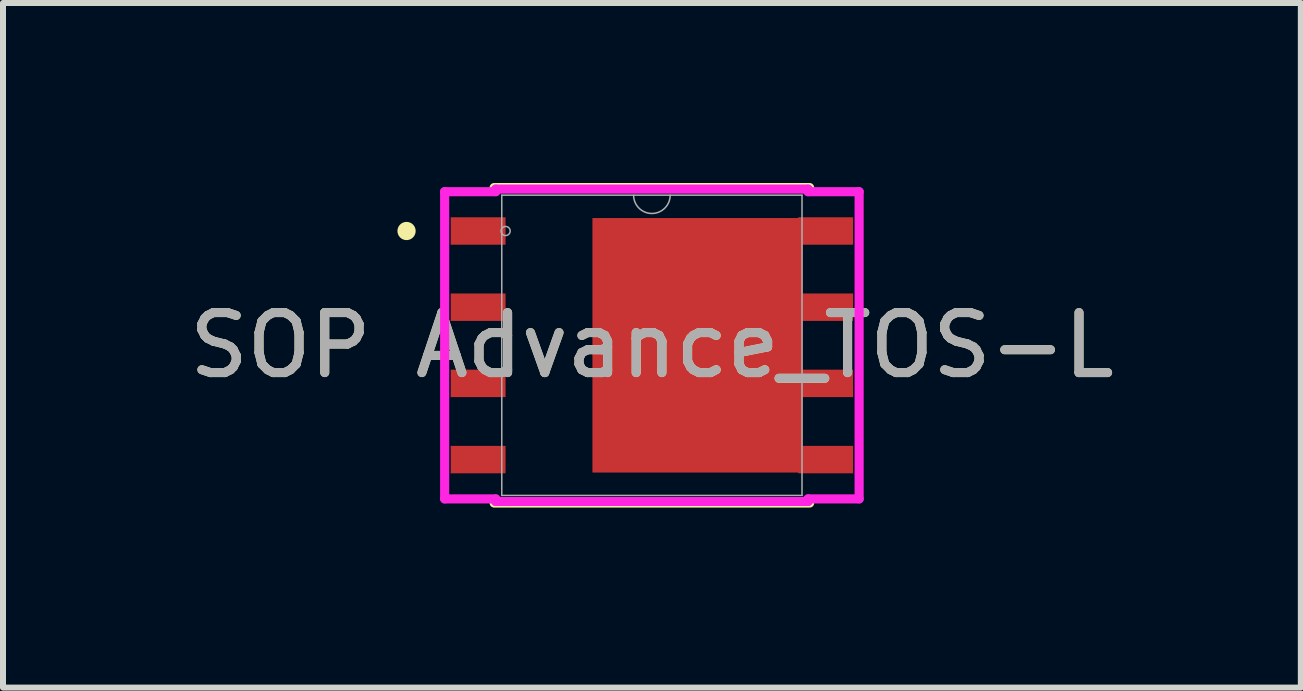
<source format=kicad_pcb>
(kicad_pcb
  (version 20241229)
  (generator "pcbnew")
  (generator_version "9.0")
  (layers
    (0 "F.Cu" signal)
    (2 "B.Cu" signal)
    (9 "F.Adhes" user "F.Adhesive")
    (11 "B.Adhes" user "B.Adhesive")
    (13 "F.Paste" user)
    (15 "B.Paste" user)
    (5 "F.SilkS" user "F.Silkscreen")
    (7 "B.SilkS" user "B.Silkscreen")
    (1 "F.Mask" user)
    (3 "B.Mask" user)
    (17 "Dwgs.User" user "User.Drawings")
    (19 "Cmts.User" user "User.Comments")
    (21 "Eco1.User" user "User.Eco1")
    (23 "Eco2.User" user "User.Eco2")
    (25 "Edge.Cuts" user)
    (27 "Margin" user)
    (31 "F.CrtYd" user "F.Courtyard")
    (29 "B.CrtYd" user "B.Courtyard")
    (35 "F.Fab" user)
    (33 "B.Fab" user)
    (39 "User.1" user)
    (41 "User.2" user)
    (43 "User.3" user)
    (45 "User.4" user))
  (footprint "SOP Advance_TOS-L"
    (layer "F.Cu")
    (at 7.815 2.705)
    (property "Reference" "SOP Advance_TOS-L" (at 0 0 0) (unlocked yes) (layer "F.SilkS") (effects (font (size 1 1) (thickness 0.15))))
    (attr smd)
    (fp_poly (pts (xy 2.515 -2.121) (xy 2.515 2.121) (xy -0.991 2.121) (xy -0.991 -2.121)) (stroke (width 0) (type solid)) (fill yes) (layer "F.Cu"))
    (fp_line (start -2.629 2.629) (end 2.629 2.629) (stroke (width 0.152) (type solid)) (layer "F.SilkS"))
    (fp_line (start 2.629 -2.629) (end -2.629 -2.629) (stroke (width 0.152) (type solid)) (layer "F.SilkS"))
    (fp_circle (center -4.089 -1.905) (end -4.013 -1.905) (stroke (width 0.152) (type solid)) (fill no) (layer "F.SilkS"))
    (fp_poly (pts (xy -0.941 -1.856) (xy -0.941 -0.752) (xy 0.662 -0.752) (xy 0.662 -1.856)) (stroke (width 0) (type solid)) (fill yes) (layer "F.Paste"))
    (fp_poly (pts (xy -0.941 -0.552) (xy -0.941 0.552) (xy 0.662 0.552) (xy 0.662 -0.552)) (stroke (width 0) (type solid)) (fill yes) (layer "F.Paste"))
    (fp_poly (pts (xy -0.941 0.752) (xy -0.941 1.856) (xy 0.662 1.856) (xy 0.662 0.752)) (stroke (width 0) (type solid)) (fill yes) (layer "F.Paste"))
    (fp_poly (pts (xy 0.862 -1.856) (xy 0.862 -0.752) (xy 2.465 -0.752) (xy 2.465 -1.856)) (stroke (width 0) (type solid)) (fill yes) (layer "F.Paste"))
    (fp_poly (pts (xy 0.862 -0.552) (xy 0.862 0.552) (xy 2.465 0.552) (xy 2.465 -0.552)) (stroke (width 0) (type solid)) (fill yes) (layer "F.Paste"))
    (fp_poly (pts (xy 0.862 0.752) (xy 0.862 1.856) (xy 2.465 1.856) (xy 2.465 0.752)) (stroke (width 0) (type solid)) (fill yes) (layer "F.Paste"))
    (fp_line (start -3.454 -2.56) (end -2.603 -2.56) (stroke (width 0.152) (type solid)) (layer "F.CrtYd"))
    (fp_line (start -3.454 2.56) (end -3.454 -2.56) (stroke (width 0.152) (type solid)) (layer "F.CrtYd"))
    (fp_line (start -3.454 2.56) (end -2.603 2.56) (stroke (width 0.152) (type solid)) (layer "F.CrtYd"))
    (fp_line (start -2.603 -2.603) (end 2.603 -2.603) (stroke (width 0.152) (type solid)) (layer "F.CrtYd"))
    (fp_line (start -2.603 -2.56) (end -2.603 -2.603) (stroke (width 0.152) (type solid)) (layer "F.CrtYd"))
    (fp_line (start -2.603 2.603) (end -2.603 2.56) (stroke (width 0.152) (type solid)) (layer "F.CrtYd"))
    (fp_line (start 2.603 -2.603) (end 2.603 -2.56) (stroke (width 0.152) (type solid)) (layer "F.CrtYd"))
    (fp_line (start 2.603 2.56) (end 2.603 2.603) (stroke (width 0.152) (type solid)) (layer "F.CrtYd"))
    (fp_line (start 2.603 2.603) (end -2.603 2.603) (stroke (width 0.152) (type solid)) (layer "F.CrtYd"))
    (fp_line (start 3.454 -2.56) (end 2.603 -2.56) (stroke (width 0.152) (type solid)) (layer "F.CrtYd"))
    (fp_line (start 3.454 -2.56) (end 3.454 2.56) (stroke (width 0.152) (type solid)) (layer "F.CrtYd"))
    (fp_line (start 3.454 2.56) (end 2.603 2.56) (stroke (width 0.152) (type solid)) (layer "F.CrtYd"))
    (fp_line (start -2.502 -2.502) (end -2.502 2.502) (stroke (width 0.025) (type solid)) (layer "F.Fab"))
    (fp_line (start -2.502 2.502) (end 2.502 2.502) (stroke (width 0.025) (type solid)) (layer "F.Fab"))
    (fp_line (start 2.502 -2.502) (end -2.502 -2.502) (stroke (width 0.025) (type solid)) (layer "F.Fab"))
    (fp_line (start 2.502 2.502) (end 2.502 -2.502) (stroke (width 0.025) (type solid)) (layer "F.Fab"))
    (fp_arc (start 0.3048 -2.5019) (mid 0 -2.1971) (end -0.3048 -2.5019) (stroke (width 0.0254) (type solid)) (layer "F.Fab"))
    (fp_circle (center -2.438 -1.905) (end -2.362 -1.905) (stroke (width 0.025) (type solid)) (fill no) (layer "F.Fab"))
    (fp_text user "${REFERENCE}" (at 0 0 0) (unlocked yes) (layer "F.Fab") (effects (font (size 1 1) (thickness 0.15))))
    (pad "1" smd rect (at -2.896 -1.905) (size 0.914 0.457) (layers "F.Cu" "F.Mask" "F.Paste"))
    (pad "2" smd rect (at -2.896 -0.635) (size 0.914 0.457) (layers "F.Cu" "F.Mask" "F.Paste"))
    (pad "3" smd rect (at -2.896 0.635) (size 0.914 0.457) (layers "F.Cu" "F.Mask" "F.Paste"))
    (pad "4" smd rect (at -2.896 1.905) (size 0.914 0.457) (layers "F.Cu" "F.Mask" "F.Paste"))
    (pad "5" smd rect (at 2.896 1.905) (size 0.914 0.457) (layers "F.Cu" "F.Mask" "F.Paste"))
    (pad "6" smd rect (at 2.896 0.635) (size 0.914 0.457) (layers "F.Cu" "F.Mask" "F.Paste"))
    (pad "7" smd rect (at 2.896 -0.635) (size 0.914 0.457) (layers "F.Cu" "F.Mask" "F.Paste"))
    (pad "8" smd rect (at 2.896 -1.905) (size 0.914 0.457) (layers "F.Cu" "F.Mask" "F.Paste")))
  (gr_rect
    (start -3 -3)
    (end 18.631 8.41)
    (stroke (width 0.1) (type default))
    (fill no)
    (layer "Edge.Cuts")))
</source>
